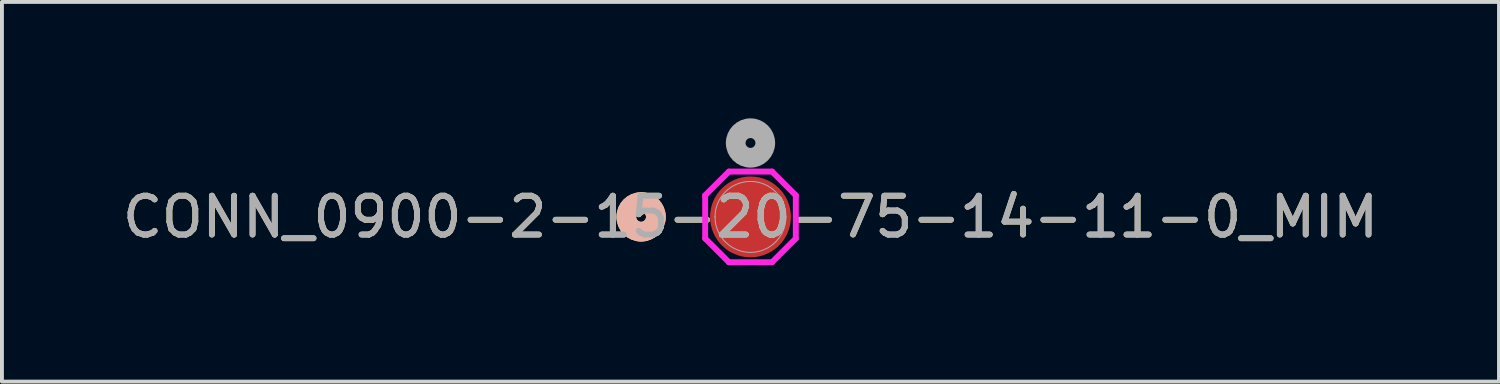
<source format=kicad_pcb>
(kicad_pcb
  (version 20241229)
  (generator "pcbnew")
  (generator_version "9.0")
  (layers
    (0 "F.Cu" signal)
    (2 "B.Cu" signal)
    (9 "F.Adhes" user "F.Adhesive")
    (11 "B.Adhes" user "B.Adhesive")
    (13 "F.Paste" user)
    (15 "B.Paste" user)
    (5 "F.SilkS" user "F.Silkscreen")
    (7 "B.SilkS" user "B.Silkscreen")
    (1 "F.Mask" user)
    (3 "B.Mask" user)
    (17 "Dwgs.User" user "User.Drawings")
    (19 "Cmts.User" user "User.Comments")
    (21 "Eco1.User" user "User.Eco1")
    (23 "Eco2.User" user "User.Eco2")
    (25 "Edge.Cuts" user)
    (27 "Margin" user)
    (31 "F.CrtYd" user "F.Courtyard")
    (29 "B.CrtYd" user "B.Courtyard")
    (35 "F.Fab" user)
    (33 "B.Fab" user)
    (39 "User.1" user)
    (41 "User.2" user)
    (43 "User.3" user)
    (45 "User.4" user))
  (footprint "CONN_0900-2-15-20-75-14-11-0_MIM"
    (layer "F.Cu")
    (at 16.292 2.54)
    (property "Reference" "CONN_0900-2-15-20-75-14-11-0_MIM" (at 0 0 0) (unlocked yes) (layer "F.SilkS") (effects (font (size 1 1) (thickness 0.15))))
    (attr smd)
    (fp_circle (center -2.819 0) (end -2.438 0) (stroke (width 0.508) (type solid)) (fill no) (layer "F.SilkS"))
    (fp_circle (center -2.819 0) (end -2.438 0) (stroke (width 0.508) (type solid)) (fill no) (layer "B.SilkS"))
    (fp_line (start -1.168 0.556) (end -1.168 -0.556) (stroke (width 0.152) (type solid)) (layer "F.CrtYd"))
    (fp_line (start -1.168 0.556) (end -0.556 1.168) (stroke (width 0.152) (type solid)) (layer "F.CrtYd"))
    (fp_line (start -0.556 -1.168) (end -1.168 -0.556) (stroke (width 0.152) (type solid)) (layer "F.CrtYd"))
    (fp_line (start -0.556 -1.168) (end 0.556 -1.168) (stroke (width 0.152) (type solid)) (layer "F.CrtYd"))
    (fp_line (start 0.556 1.168) (end -0.556 1.168) (stroke (width 0.152) (type solid)) (layer "F.CrtYd"))
    (fp_line (start 0.556 1.168) (end 1.168 0.556) (stroke (width 0.152) (type solid)) (layer "F.CrtYd"))
    (fp_line (start 1.168 -0.556) (end 0.556 -1.168) (stroke (width 0.152) (type solid)) (layer "F.CrtYd"))
    (fp_line (start 1.168 0.556) (end 1.168 -0.556) (stroke (width 0.152) (type solid)) (layer "F.CrtYd"))
    (fp_line (start -0.914 0) (end -0.914 0) (stroke (width 0.025) (type solid)) (layer "F.Fab"))
    (fp_line (start 0 -0.914) (end 0 -0.914) (stroke (width 0.025) (type solid)) (layer "F.Fab"))
    (fp_line (start 0 0.914) (end 0 0.914) (stroke (width 0.025) (type solid)) (layer "F.Fab"))
    (fp_line (start 0.914 0) (end 0.914 0) (stroke (width 0.025) (type solid)) (layer "F.Fab"))
    (fp_arc (start -0.9144 0) (mid -0.646578 -0.646578) (end 0 -0.9144) (stroke (width 0.0254) (type solid)) (layer "F.Fab"))
    (fp_arc (start 0 -0.9144) (mid 0.646578 -0.646578) (end 0.9144 0) (stroke (width 0.0254) (type solid)) (layer "F.Fab"))
    (fp_arc (start 0 0.9144) (mid -0.646578 0.646578) (end -0.9144 0) (stroke (width 0.0254) (type solid)) (layer "F.Fab"))
    (fp_arc (start 0.9144 0) (mid 0.646578 0.646578) (end 0 0.9144) (stroke (width 0.0254) (type solid)) (layer "F.Fab"))
    (fp_circle (center 0 -1.905) (end 0.381 -1.905) (stroke (width 0.508) (type solid)) (fill no) (layer "F.Fab"))
    (fp_text user "${REFERENCE}" (at 0 0 0) (unlocked yes) (layer "F.Fab") (effects (font (size 1 1) (thickness 0.15))))
    (pad "1" smd circle (at 0 0) (size 2.083 2.083) (layers "F.Cu" "F.Mask" "F.Paste")))
  (gr_rect
    (start -3 -3)
    (end 35.583 6.785)
    (stroke (width 0.1) (type default))
    (fill no)
    (layer "Edge.Cuts")))
</source>
